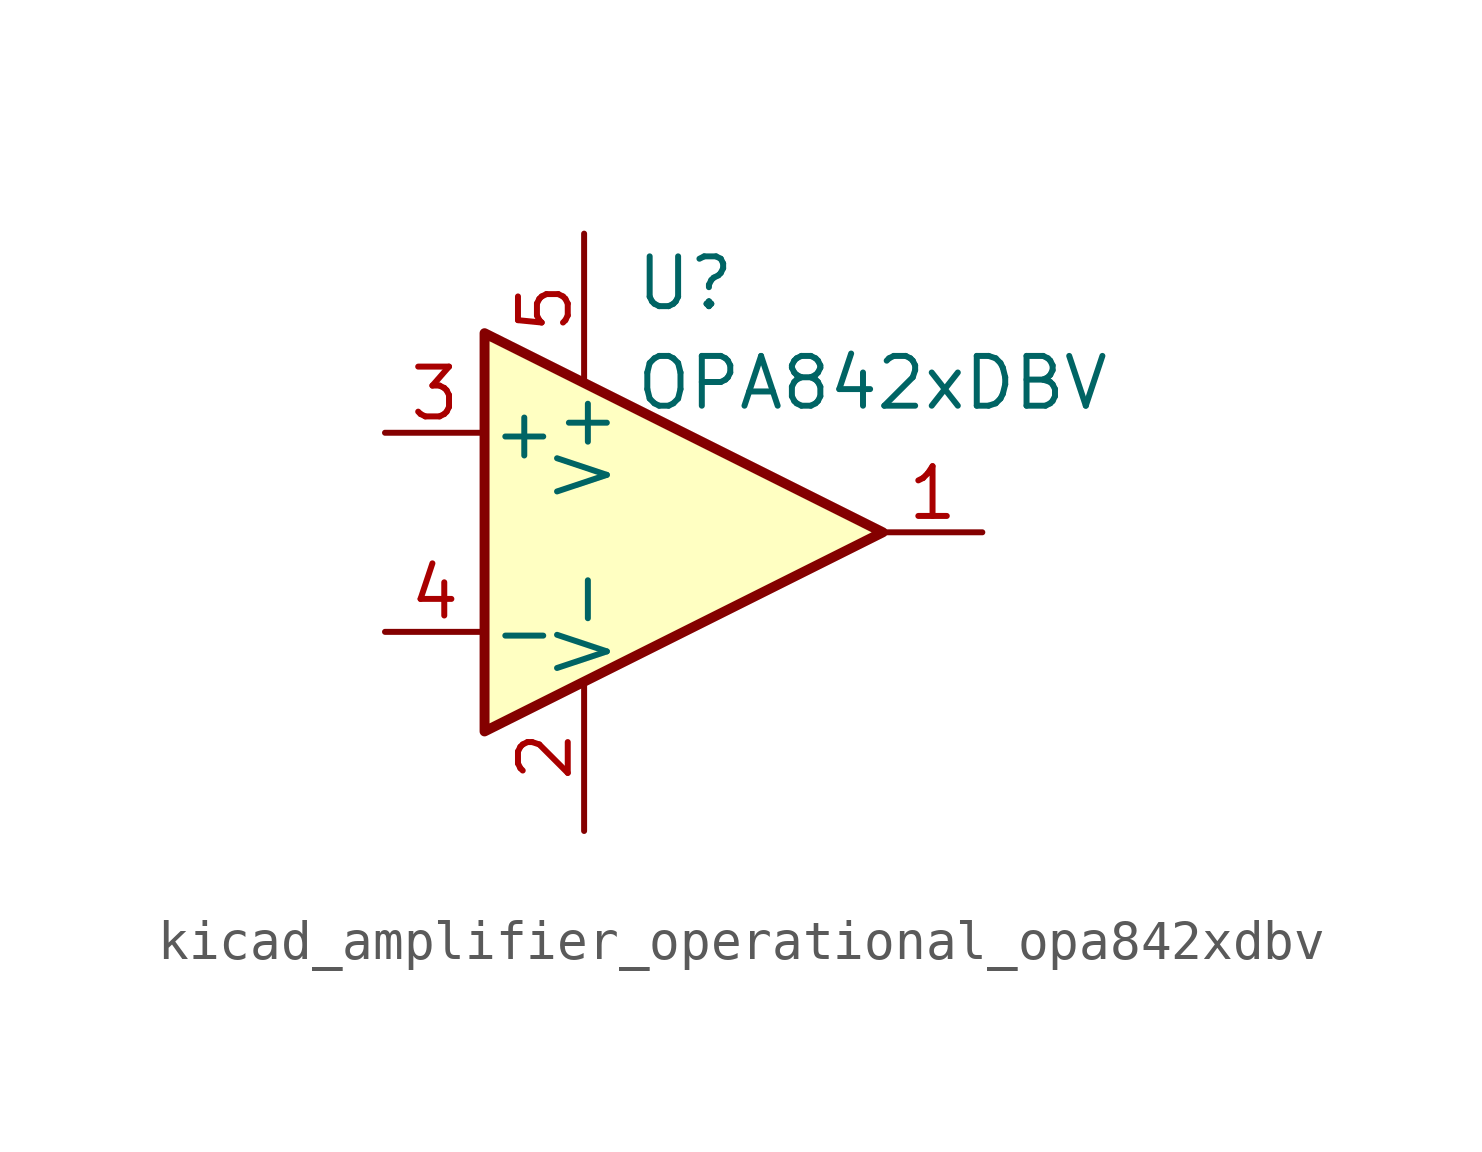
<source format=kicad_sym>
(kicad_symbol_lib
  (version 20220914)
  (generator kicad_symbol_editor)
  (symbol "kicad_amplifier_operational_opa842xdbv"
    (pin_names
      (offset 0.127))
    (property "Reference" "U"
      (at -1.27 6.35 0)
      (effects (font (size 1.27 1.27)) (justify left)))
    (property "Value" "OPA842xDBV"
      (at -1.27 3.81 0)
      (effects (font (size 1.27 1.27)) (justify left)))
    (symbol "kicad_amplifier_operational_opa842xdbv_0_1"
      (polyline (pts (xy -5.08 5.08) (xy 5.08 0) (xy -5.08 -5.08) (xy -5.08 5.08)) (stroke (width 0.254) (type default)) (fill (type background)))
      (pin power_in line (at -2.54 -7.62 90) (length 3.81) (name "V-" (effects (font (size 1.27 1.27)))) (number "2" (effects (font (size 1.27 1.27)))))
      (pin power_in line (at -2.54 7.62 270) (length 3.81) (name "V+" (effects (font (size 1.27 1.27)))) (number "5" (effects (font (size 1.27 1.27))))))
    (symbol "kicad_amplifier_operational_opa842xdbv_1_1"
      (pin output line (at 7.62 0 180) (length 2.54) (name "~" (effects (font (size 1.27 1.27)))) (number "1" (effects (font (size 1.27 1.27)))))
      (pin input line (at -7.62 2.54 0) (length 2.54) (name "+" (effects (font (size 1.27 1.27)))) (number "3" (effects (font (size 1.27 1.27)))))
      (pin input line (at -7.62 -2.54 0) (length 2.54) (name "-" (effects (font (size 1.27 1.27)))) (number "4" (effects (font (size 1.27 1.27))))))))
</source>
